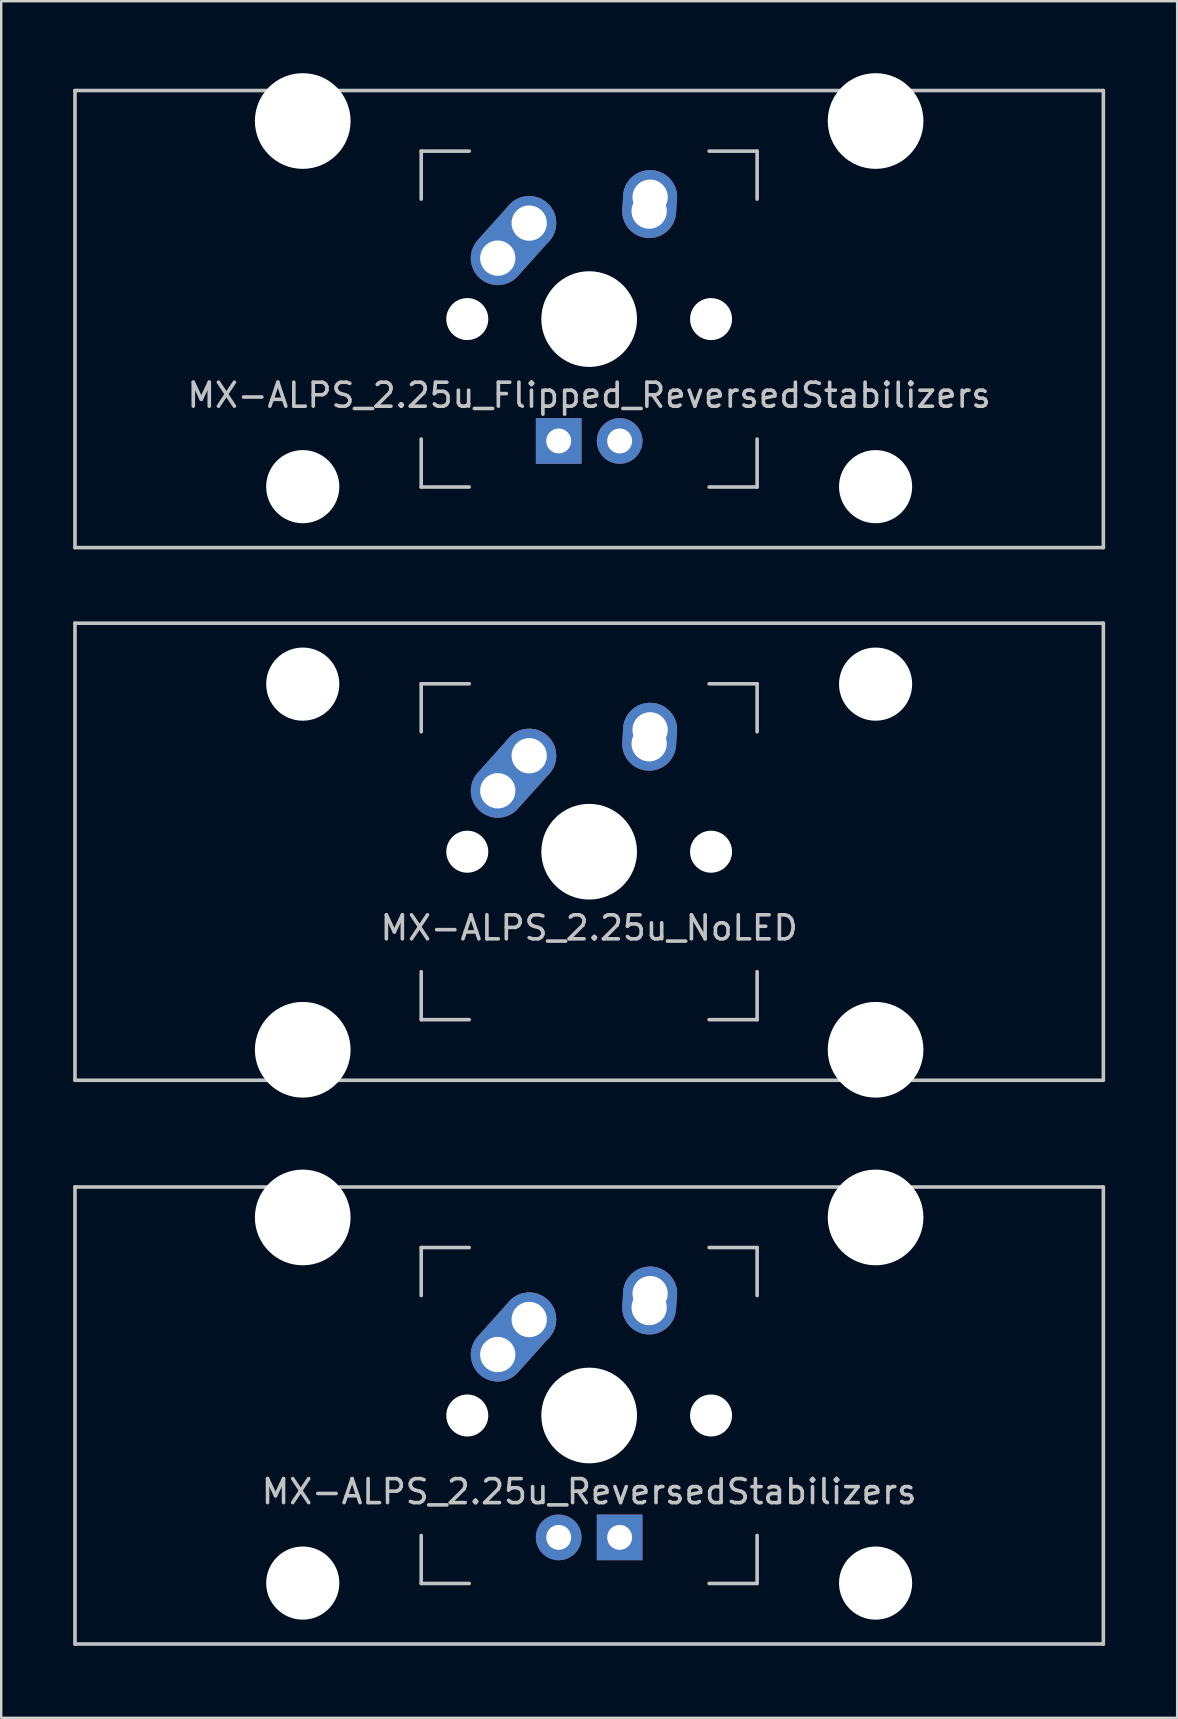
<source format=kicad_pcb>
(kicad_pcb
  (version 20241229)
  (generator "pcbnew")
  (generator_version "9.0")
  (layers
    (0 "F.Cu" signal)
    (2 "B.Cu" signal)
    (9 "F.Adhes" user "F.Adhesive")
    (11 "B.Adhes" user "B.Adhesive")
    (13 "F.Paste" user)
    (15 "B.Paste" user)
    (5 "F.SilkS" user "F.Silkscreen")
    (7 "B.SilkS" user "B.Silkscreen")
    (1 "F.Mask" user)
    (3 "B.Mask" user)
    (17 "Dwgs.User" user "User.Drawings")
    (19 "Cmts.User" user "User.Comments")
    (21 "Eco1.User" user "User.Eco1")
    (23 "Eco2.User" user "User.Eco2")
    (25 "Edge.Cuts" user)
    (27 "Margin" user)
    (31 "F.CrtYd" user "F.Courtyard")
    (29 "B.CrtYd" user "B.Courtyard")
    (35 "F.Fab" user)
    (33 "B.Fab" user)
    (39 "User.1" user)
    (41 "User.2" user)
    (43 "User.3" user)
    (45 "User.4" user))
  (footprint "MX-ALPS_2.25u_Flipped_ReversedStabilizers"
    (layer "F.Cu")
    (at 21.506 10.249)
    (property "Reference" "MX-ALPS_2.25u_Flipped_ReversedStabilizers" (at 0 3.175 0) (layer "Dwgs.User") (effects (font (size 1 1) (thickness 0.15))))
    (attr through_hole)
    (fp_line (start -21.431 -9.525) (end 21.431 -9.525) (stroke (width 0.15) (type solid)) (layer "Dwgs.User"))
    (fp_line (start -21.431 9.525) (end -21.431 -9.525) (stroke (width 0.15) (type solid)) (layer "Dwgs.User"))
    (fp_line (start -21.431 9.525) (end 21.431 9.525) (stroke (width 0.15) (type solid)) (layer "Dwgs.User"))
    (fp_line (start -7 -7) (end -7 -5) (stroke (width 0.15) (type solid)) (layer "Dwgs.User"))
    (fp_line (start -7 5) (end -7 7) (stroke (width 0.15) (type solid)) (layer "Dwgs.User"))
    (fp_line (start -7 7) (end -5 7) (stroke (width 0.15) (type solid)) (layer "Dwgs.User"))
    (fp_line (start -5 -7) (end -7 -7) (stroke (width 0.15) (type solid)) (layer "Dwgs.User"))
    (fp_line (start 5 -7) (end 7 -7) (stroke (width 0.15) (type solid)) (layer "Dwgs.User"))
    (fp_line (start 5 7) (end 7 7) (stroke (width 0.15) (type solid)) (layer "Dwgs.User"))
    (fp_line (start 7 -7) (end 7 -5) (stroke (width 0.15) (type solid)) (layer "Dwgs.User"))
    (fp_line (start 7 7) (end 7 5) (stroke (width 0.15) (type solid)) (layer "Dwgs.User"))
    (fp_line (start 21.431 -9.525) (end 21.431 9.525) (stroke (width 0.15) (type solid)) (layer "Dwgs.User"))
    (pad "" np_thru_hole circle (at -11.938 -8.255) (size 3.988 3.988) (drill 3.988) (layers "*.Cu" "*.Mask"))
    (pad "" np_thru_hole circle (at -11.938 6.985) (size 3.048 3.048) (drill 3.048) (layers "*.Cu" "*.Mask"))
    (pad "" np_thru_hole circle (at -5.08 0 48.1) (size 1.75 1.75) (drill 1.75) (layers "*.Cu" "*.Mask"))
    (pad "" np_thru_hole circle (at 0 0) (size 3.988 3.988) (drill 3.988) (layers "*.Cu" "*.Mask"))
    (pad "" np_thru_hole circle (at 5.08 0 48.1) (size 1.75 1.75) (drill 1.75) (layers "*.Cu" "*.Mask"))
    (pad "" np_thru_hole circle (at 11.938 -8.255) (size 3.988 3.988) (drill 3.988) (layers "*.Cu" "*.Mask"))
    (pad "" np_thru_hole circle (at 11.938 6.985) (size 3.048 3.048) (drill 3.048) (layers "*.Cu" "*.Mask"))
    (pad "1" thru_hole oval (at -3.81 -2.54 48.1) (size 4.212 2.25) (drill 1.47 (offset 0.981 0)) (layers "*.Cu" "B.Mask"))
    (pad "1" thru_hole circle (at -2.5 -4) (size 2.25 2.25) (drill 1.47) (layers "*.Cu" "B.Mask"))
    (pad "2" thru_hole oval (at 2.5 -4.5 86.055) (size 2.831 2.25) (drill 1.47 (offset 0.291 0)) (layers "*.Cu" "B.Mask"))
    (pad "2" thru_hole circle (at 2.54 -5.08) (size 2.25 2.25) (drill 1.47) (layers "*.Cu" "B.Mask"))
    (pad "3" thru_hole circle (at 1.27 5.08) (size 1.905 1.905) (drill 1.04) (layers "*.Cu" "B.Mask"))
    (pad "4" thru_hole rect (at -1.27 5.08) (size 1.905 1.905) (drill 1.04) (layers "*.Cu" "B.Mask")))
  (footprint "MX-ALPS_2.25u_NoLED"
    (layer "F.Cu")
    (at 21.506 32.449)
    (property "Reference" "MX-ALPS_2.25u_NoLED" (at 0 3.175 0) (layer "Dwgs.User") (effects (font (size 1 1) (thickness 0.15))))
    (attr through_hole)
    (fp_line (start -21.431 -9.525) (end 21.431 -9.525) (stroke (width 0.15) (type solid)) (layer "Dwgs.User"))
    (fp_line (start -21.431 9.525) (end -21.431 -9.525) (stroke (width 0.15) (type solid)) (layer "Dwgs.User"))
    (fp_line (start -21.431 9.525) (end 21.431 9.525) (stroke (width 0.15) (type solid)) (layer "Dwgs.User"))
    (fp_line (start -7 -7) (end -7 -5) (stroke (width 0.15) (type solid)) (layer "Dwgs.User"))
    (fp_line (start -7 5) (end -7 7) (stroke (width 0.15) (type solid)) (layer "Dwgs.User"))
    (fp_line (start -7 7) (end -5 7) (stroke (width 0.15) (type solid)) (layer "Dwgs.User"))
    (fp_line (start -5 -7) (end -7 -7) (stroke (width 0.15) (type solid)) (layer "Dwgs.User"))
    (fp_line (start 5 -7) (end 7 -7) (stroke (width 0.15) (type solid)) (layer "Dwgs.User"))
    (fp_line (start 5 7) (end 7 7) (stroke (width 0.15) (type solid)) (layer "Dwgs.User"))
    (fp_line (start 7 -7) (end 7 -5) (stroke (width 0.15) (type solid)) (layer "Dwgs.User"))
    (fp_line (start 7 7) (end 7 5) (stroke (width 0.15) (type solid)) (layer "Dwgs.User"))
    (fp_line (start 21.431 -9.525) (end 21.431 9.525) (stroke (width 0.15) (type solid)) (layer "Dwgs.User"))
    (pad "" np_thru_hole circle (at -11.938 -6.985) (size 3.048 3.048) (drill 3.048) (layers "*.Cu" "*.Mask"))
    (pad "" np_thru_hole circle (at -11.938 8.255) (size 3.988 3.988) (drill 3.988) (layers "*.Cu" "*.Mask"))
    (pad "" np_thru_hole circle (at -5.08 0 48.1) (size 1.75 1.75) (drill 1.75) (layers "*.Cu" "*.Mask"))
    (pad "" np_thru_hole circle (at 0 0) (size 3.988 3.988) (drill 3.988) (layers "*.Cu" "*.Mask"))
    (pad "" np_thru_hole circle (at 5.08 0 48.1) (size 1.75 1.75) (drill 1.75) (layers "*.Cu" "*.Mask"))
    (pad "" np_thru_hole circle (at 11.938 -6.985) (size 3.048 3.048) (drill 3.048) (layers "*.Cu" "*.Mask"))
    (pad "" np_thru_hole circle (at 11.938 8.255) (size 3.988 3.988) (drill 3.988) (layers "*.Cu" "*.Mask"))
    (pad "1" thru_hole oval (at -3.81 -2.54 48.1) (size 4.212 2.25) (drill 1.47 (offset 0.981 0)) (layers "*.Cu" "B.Mask"))
    (pad "1" thru_hole circle (at -2.5 -4) (size 2.25 2.25) (drill 1.47) (layers "*.Cu" "B.Mask"))
    (pad "2" thru_hole oval (at 2.5 -4.5 86.055) (size 2.831 2.25) (drill 1.47 (offset 0.291 0)) (layers "*.Cu" "B.Mask"))
    (pad "2" thru_hole circle (at 2.54 -5.08) (size 2.25 2.25) (drill 1.47) (layers "*.Cu" "B.Mask")))
  (footprint "MX-ALPS_2.25u_ReversedStabilizers"
    (layer "F.Cu")
    (at 21.506 55.947)
    (property "Reference" "MX-ALPS_2.25u_ReversedStabilizers" (at 0 3.175 0) (layer "Dwgs.User") (effects (font (size 1 1) (thickness 0.15))))
    (attr through_hole)
    (fp_line (start -21.431 -9.525) (end 21.431 -9.525) (stroke (width 0.15) (type solid)) (layer "Dwgs.User"))
    (fp_line (start -21.431 9.525) (end -21.431 -9.525) (stroke (width 0.15) (type solid)) (layer "Dwgs.User"))
    (fp_line (start -21.431 9.525) (end 21.431 9.525) (stroke (width 0.15) (type solid)) (layer "Dwgs.User"))
    (fp_line (start -7 -7) (end -7 -5) (stroke (width 0.15) (type solid)) (layer "Dwgs.User"))
    (fp_line (start -7 5) (end -7 7) (stroke (width 0.15) (type solid)) (layer "Dwgs.User"))
    (fp_line (start -7 7) (end -5 7) (stroke (width 0.15) (type solid)) (layer "Dwgs.User"))
    (fp_line (start -5 -7) (end -7 -7) (stroke (width 0.15) (type solid)) (layer "Dwgs.User"))
    (fp_line (start 5 -7) (end 7 -7) (stroke (width 0.15) (type solid)) (layer "Dwgs.User"))
    (fp_line (start 5 7) (end 7 7) (stroke (width 0.15) (type solid)) (layer "Dwgs.User"))
    (fp_line (start 7 -7) (end 7 -5) (stroke (width 0.15) (type solid)) (layer "Dwgs.User"))
    (fp_line (start 7 7) (end 7 5) (stroke (width 0.15) (type solid)) (layer "Dwgs.User"))
    (fp_line (start 21.431 -9.525) (end 21.431 9.525) (stroke (width 0.15) (type solid)) (layer "Dwgs.User"))
    (pad "" np_thru_hole circle (at -11.938 -8.255) (size 3.988 3.988) (drill 3.988) (layers "*.Cu" "*.Mask"))
    (pad "" np_thru_hole circle (at -11.938 6.985) (size 3.048 3.048) (drill 3.048) (layers "*.Cu" "*.Mask"))
    (pad "" np_thru_hole circle (at -5.08 0 48.1) (size 1.75 1.75) (drill 1.75) (layers "*.Cu" "*.Mask"))
    (pad "" np_thru_hole circle (at 0 0) (size 3.988 3.988) (drill 3.988) (layers "*.Cu" "*.Mask"))
    (pad "" np_thru_hole circle (at 5.08 0 48.1) (size 1.75 1.75) (drill 1.75) (layers "*.Cu" "*.Mask"))
    (pad "" np_thru_hole circle (at 11.938 -8.255) (size 3.988 3.988) (drill 3.988) (layers "*.Cu" "*.Mask"))
    (pad "" np_thru_hole circle (at 11.938 6.985) (size 3.048 3.048) (drill 3.048) (layers "*.Cu" "*.Mask"))
    (pad "1" thru_hole oval (at -3.81 -2.54 48.1) (size 4.212 2.25) (drill 1.47 (offset 0.981 0)) (layers "*.Cu" "B.Mask"))
    (pad "1" thru_hole circle (at -2.5 -4) (size 2.25 2.25) (drill 1.47) (layers "*.Cu" "B.Mask"))
    (pad "2" thru_hole oval (at 2.5 -4.5 86.055) (size 2.831 2.25) (drill 1.47 (offset 0.291 0)) (layers "*.Cu" "B.Mask"))
    (pad "2" thru_hole circle (at 2.54 -5.08) (size 2.25 2.25) (drill 1.47) (layers "*.Cu" "B.Mask"))
    (pad "3" thru_hole circle (at -1.27 5.08) (size 1.905 1.905) (drill 1.04) (layers "*.Cu" "B.Mask"))
    (pad "4" thru_hole rect (at 1.27 5.08) (size 1.905 1.905) (drill 1.04) (layers "*.Cu" "B.Mask")))
  (gr_rect
    (start -3 -3)
    (end 46.013 68.547)
    (stroke (width 0.1) (type default))
    (fill no)
    (layer "Edge.Cuts")))
</source>
